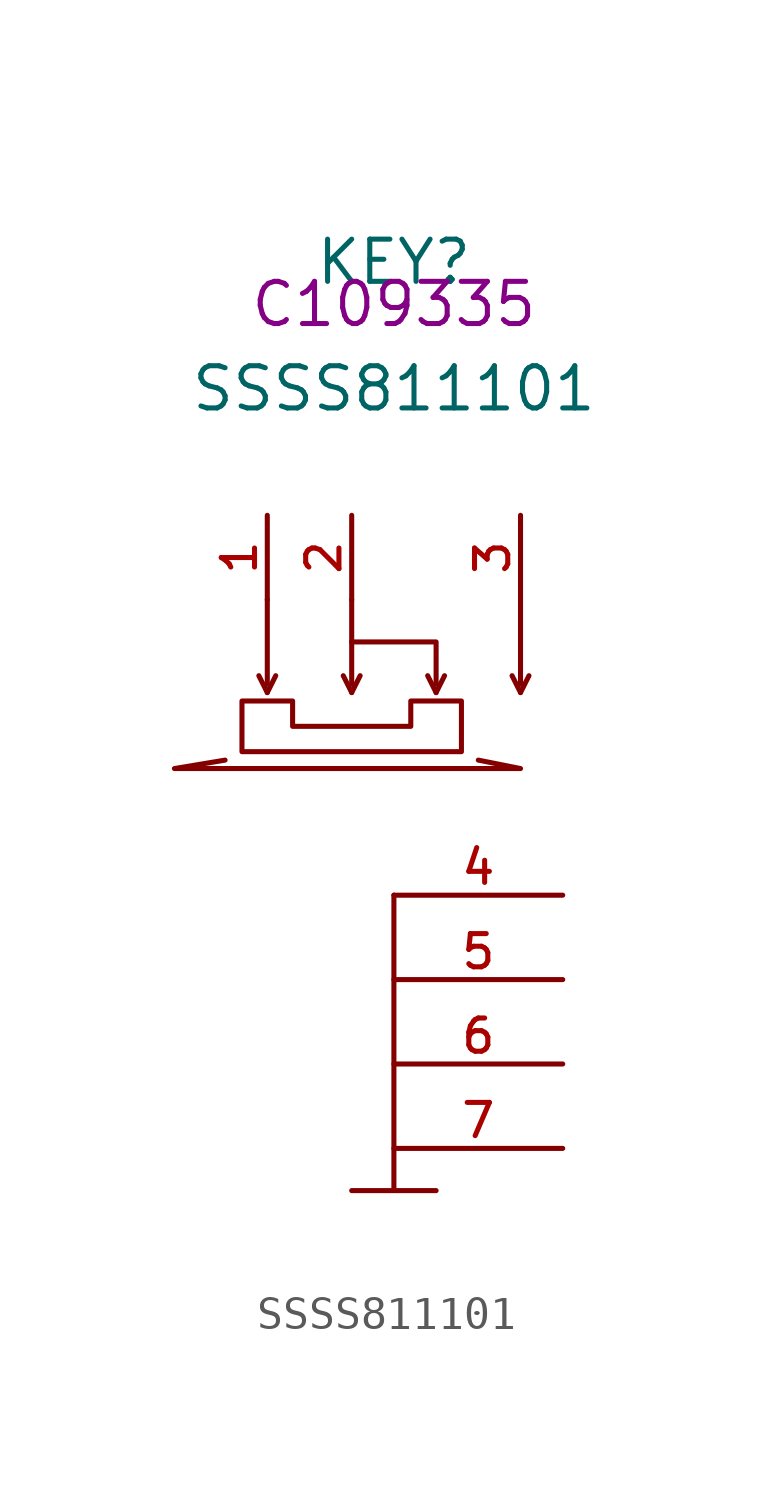
<source format=kicad_sym>
(kicad_symbol_lib
  (version 20211014)
  (generator TousstNicolas/JLC2KiCad_lib)
  (symbol "SSSS811101"
    (pin_names hide)
    (property "Reference" "KEY"
      (at 0 1.27 0)
      (effects (font (size 1.27 1.27))))
    (property "Value" "SSSS811101"
      (at 0 -2.54 0)
      (effects (font (size 1.27 1.27))))
    (property "LCSC" "C109335"
      (at 0 0 0)
      (effects (font (size 1.27 1.27))))
    (symbol "SSSS811101_0_0"
      (pin unspecified line (at -3.81 -6.35 270) (length 2.54) (name "1" (effects (font (size 1 1)))) (number "1" (effects (font (size 1 1)))))
      (pin unspecified line (at 3.81 -6.35 270) (length 2.54) (name "3" (effects (font (size 1 1)))) (number "3" (effects (font (size 1 1)))))
      (pin unspecified line (at -1.27 -6.35 270) (length 2.54) (name "2" (effects (font (size 1 1)))) (number "2" (effects (font (size 1 1)))))
      (polyline (pts (xy 2.54 -13.716) (xy 3.81 -13.97) (xy -6.604 -13.97) (xy -5.08 -13.716)) (stroke (width 0) (type default) (color 0 0 0 0)) (fill (type none)))
      (polyline (pts (xy 3.81 -8.89) (xy 3.81 -11.43)) (stroke (width 0) (type default) (color 0 0 0 0)) (fill (type none)))
      (polyline (pts (xy -1.27 -8.89) (xy -1.27 -11.43)) (stroke (width 0) (type default) (color 0 0 0 0)) (fill (type none)))
      (polyline (pts (xy -1.27 -10.16) (xy 1.27 -10.16) (xy 1.27 -11.43)) (stroke (width 0) (type default) (color 0 0 0 0)) (fill (type none)))
      (polyline (pts (xy -3.81 -8.89) (xy -3.81 -11.43)) (stroke (width 0) (type default) (color 0 0 0 0)) (fill (type none)))
      (polyline (pts (xy -1.27 -11.684) (xy -1.524 -11.176)) (stroke (width 0) (type default) (color 0 0 0 0)) (fill (type none)))
      (polyline (pts (xy -1.27 -11.684) (xy -1.016 -11.176)) (stroke (width 0) (type default) (color 0 0 0 0)) (fill (type none)))
      (polyline (pts (xy 1.27 -11.684) (xy 1.016 -11.176)) (stroke (width 0) (type default) (color 0 0 0 0)) (fill (type none)))
      (polyline (pts (xy 1.27 -11.684) (xy 1.524 -11.176)) (stroke (width 0) (type default) (color 0 0 0 0)) (fill (type none)))
      (polyline (pts (xy -3.81 -11.684) (xy -4.064 -11.176)) (stroke (width 0) (type default) (color 0 0 0 0)) (fill (type none)))
      (polyline (pts (xy -3.81 -11.684) (xy -3.556 -11.176)) (stroke (width 0) (type default) (color 0 0 0 0)) (fill (type none)))
      (polyline (pts (xy 3.81 -11.684) (xy 3.556 -11.176)) (stroke (width 0) (type default) (color 0 0 0 0)) (fill (type none)))
      (polyline (pts (xy 3.81 -11.684) (xy 4.064 -11.176)) (stroke (width 0) (type default) (color 0 0 0 0)) (fill (type none)))
      (polyline (pts (xy 2.032 -11.938) (xy 2.032 -13.462) (xy -4.572 -13.462) (xy -4.572 -11.938) (xy -3.048 -11.938) (xy -3.048 -12.7) (xy 0.508 -12.7) (xy 0.508 -11.938) (xy 2.032 -11.938)) (stroke (width 0) (type default) (color 0 0 0 0)) (fill (type none)))
      (pin unspecified line (at 5.08 -17.78 180) (length 5.08) (name "4" (effects (font (size 1 1)))) (number "4" (effects (font (size 1 1)))))
      (pin unspecified line (at 5.08 -20.32 180) (length 5.08) (name "5" (effects (font (size 1 1)))) (number "5" (effects (font (size 1 1)))))
      (pin unspecified line (at 5.08 -22.86 180) (length 5.08) (name "6" (effects (font (size 1 1)))) (number "6" (effects (font (size 1 1)))))
      (pin unspecified line (at 5.08 -25.4 180) (length 5.08) (name "7" (effects (font (size 1 1)))) (number "7" (effects (font (size 1 1)))))
      (polyline (pts (xy 0.0 -17.78) (xy 0.0 -26.67)) (stroke (width 0) (type default) (color 0 0 0 0)) (fill (type none)))
      (polyline (pts (xy -1.27 -26.67) (xy 1.27 -26.67)) (stroke (width 0) (type default) (color 0 0 0 0)) (fill (type none))))))
</source>
